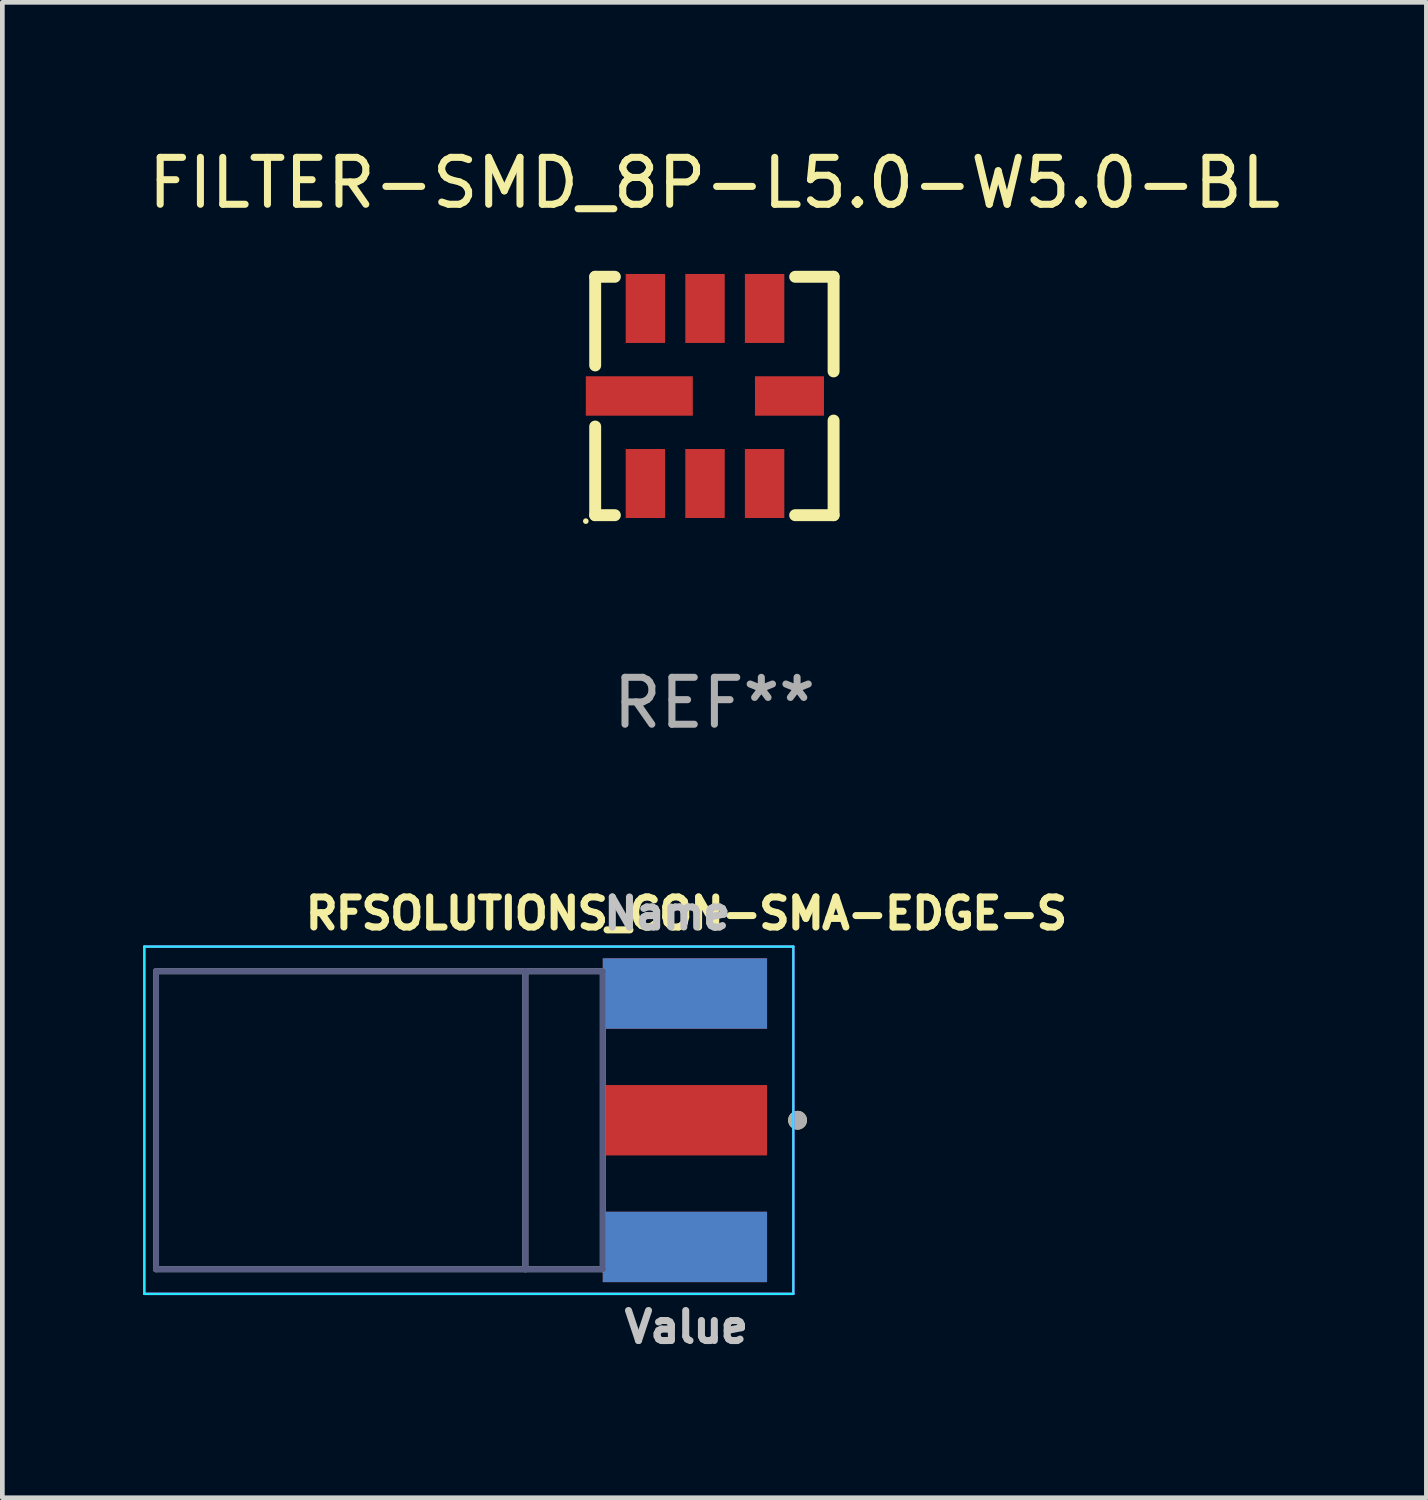
<source format=kicad_pcb>
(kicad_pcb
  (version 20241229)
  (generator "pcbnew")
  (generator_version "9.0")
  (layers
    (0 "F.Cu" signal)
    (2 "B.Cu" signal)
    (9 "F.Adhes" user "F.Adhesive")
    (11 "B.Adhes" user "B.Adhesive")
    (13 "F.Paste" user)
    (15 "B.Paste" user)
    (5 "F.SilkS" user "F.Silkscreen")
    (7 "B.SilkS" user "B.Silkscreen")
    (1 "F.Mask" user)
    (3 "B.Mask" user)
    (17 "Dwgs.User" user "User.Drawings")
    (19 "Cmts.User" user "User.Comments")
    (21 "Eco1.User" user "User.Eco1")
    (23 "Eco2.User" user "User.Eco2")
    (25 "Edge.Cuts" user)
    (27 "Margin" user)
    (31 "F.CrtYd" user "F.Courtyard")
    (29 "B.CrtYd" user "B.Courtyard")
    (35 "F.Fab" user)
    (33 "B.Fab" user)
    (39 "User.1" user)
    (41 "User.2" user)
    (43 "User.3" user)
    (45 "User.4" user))
  (footprint "FILTER-SMD_8P-L5.0-W5.0-BL"
    (layer "F.Cu")
    (at 12.173 5.388)
    (property "Reference" "FILTER-SMD_8P-L5.0-W5.0-BL" (at -0.000025 -4.54 0) (layer "F.SilkS") (effects (font (size 1 1) (thickness 0.15))))
    (attr smd)
    (fp_line (start -2.54 -2.54) (end -2.121 -2.54) (stroke (width 0.254) (type solid)) (layer "F.SilkS"))
    (fp_line (start -2.54 -0.651) (end -2.54 -2.54) (stroke (width 0.254) (type solid)) (layer "F.SilkS"))
    (fp_line (start -2.54 2.54) (end -2.54 0.651) (stroke (width 0.254) (type solid)) (layer "F.SilkS"))
    (fp_line (start -2.121 2.54) (end -2.54 2.54) (stroke (width 0.254) (type solid)) (layer "F.SilkS"))
    (fp_line (start 1.721 -2.54) (end 2.54 -2.54) (stroke (width 0.254) (type solid)) (layer "F.SilkS"))
    (fp_line (start 2.54 -2.54) (end 2.54 -0.524) (stroke (width 0.254) (type solid)) (layer "F.SilkS"))
    (fp_line (start 2.54 0.524) (end 2.54 2.54) (stroke (width 0.254) (type solid)) (layer "F.SilkS"))
    (fp_line (start 2.54 2.54) (end 1.721 2.54) (stroke (width 0.254) (type solid)) (layer "F.SilkS"))
    (fp_circle (center -2.74 2.667) (end -2.71 2.667) (stroke (width 0.06) (type solid)) (fill no) (layer "F.SilkS"))
    (fp_text user "REF**" (at -0.000025 6.54 0) (layer "F.Fab") (effects (font (size 1 1) (thickness 0.15))))
    (pad "1" smd rect (at -1.47 1.865) (size 0.84 1.47) (layers "F.Cu" "F.Mask" "F.Paste"))
    (pad "2" smd rect (at -0.2 1.865) (size 0.84 1.47) (layers "F.Cu" "F.Mask" "F.Paste"))
    (pad "3" smd rect (at 1.07 1.865) (size 0.84 1.47) (layers "F.Cu" "F.Mask" "F.Paste"))
    (pad "4" smd rect (at 1.6 0) (size 1.47 0.84) (layers "F.Cu" "F.Mask" "F.Paste"))
    (pad "5" smd rect (at 1.07 -1.865) (size 0.84 1.47) (layers "F.Cu" "F.Mask" "F.Paste"))
    (pad "6" smd rect (at -0.2 -1.865) (size 0.84 1.47) (layers "F.Cu" "F.Mask" "F.Paste"))
    (pad "7" smd rect (at -1.47 -1.865) (size 0.84 1.47) (layers "F.Cu" "F.Mask" "F.Paste"))
    (pad "8" smd rect (at -1.6 0) (size 2.28 0.84) (layers "F.Cu" "F.Mask" "F.Paste")))
  (footprint "RFSOLUTIONS_CON-SMA-EDGE-S"
    (layer "F.Cu")
    (at 11.545 20.821)
    (property "Reference" "RFSOLUTIONS_CON-SMA-EDGE-S" (at 0.032 -4.406 0) (layer "F.SilkS") (effects (font (size 0.64 0.64) (thickness 0.15))))
    (attr smd)
    (fp_circle (center 2.4 0) (end 2.5 0) (stroke (width 0.2) (type solid)) (fill no) (layer "F.SilkS"))
    (fp_line (start -11.52 -3.7) (end -11.52 3.7) (stroke (width 0.05) (type solid)) (layer "B.CrtYd"))
    (fp_line (start -11.52 3.7) (end 2.31 3.7) (stroke (width 0.05) (type solid)) (layer "B.CrtYd"))
    (fp_line (start 2.31 -3.7) (end -11.52 -3.7) (stroke (width 0.05) (type solid)) (layer "B.CrtYd"))
    (fp_line (start 2.31 3.7) (end 2.31 -3.7) (stroke (width 0.05) (type solid)) (layer "B.CrtYd"))
    (fp_line (start -11.52 -3.7) (end 2.31 -3.7) (stroke (width 0.05) (type solid)) (layer "F.CrtYd"))
    (fp_line (start -11.52 3.7) (end -11.52 -3.7) (stroke (width 0.05) (type solid)) (layer "F.CrtYd"))
    (fp_line (start 2.31 -3.7) (end 2.31 3.7) (stroke (width 0.05) (type solid)) (layer "F.CrtYd"))
    (fp_line (start 2.31 3.7) (end -11.52 3.7) (stroke (width 0.05) (type solid)) (layer "F.CrtYd"))
    (fp_line (start -11.27 -3.175) (end -3.4 -3.175) (stroke (width 0.127) (type solid)) (layer "B.Fab"))
    (fp_line (start -11.27 3.175) (end -11.27 -3.175) (stroke (width 0.127) (type solid)) (layer "B.Fab"))
    (fp_line (start -3.4 -3.175) (end -3.4 3.175) (stroke (width 0.127) (type solid)) (layer "B.Fab"))
    (fp_line (start -3.4 3.175) (end -11.27 3.175) (stroke (width 0.127) (type solid)) (layer "B.Fab"))
    (fp_line (start -3.4 3.175) (end -1.75 3.175) (stroke (width 0.127) (type solid)) (layer "B.Fab"))
    (fp_line (start -1.75 -3.175) (end -3.4 -3.175) (stroke (width 0.127) (type solid)) (layer "B.Fab"))
    (fp_line (start -1.75 3.175) (end -1.75 -3.175) (stroke (width 0.127) (type solid)) (layer "B.Fab"))
    (fp_line (start -11.27 -3.175) (end -11.27 3.175) (stroke (width 0.127) (type solid)) (layer "F.Fab"))
    (fp_line (start -11.27 3.175) (end -3.4 3.175) (stroke (width 0.127) (type solid)) (layer "F.Fab"))
    (fp_line (start -3.4 -3.175) (end -11.27 -3.175) (stroke (width 0.127) (type solid)) (layer "F.Fab"))
    (fp_line (start -3.4 -3.175) (end -1.75 -3.175) (stroke (width 0.127) (type solid)) (layer "F.Fab"))
    (fp_line (start -3.4 3.175) (end -3.4 -3.175) (stroke (width 0.127) (type solid)) (layer "F.Fab"))
    (fp_line (start -1.75 -3.175) (end -1.75 3.175) (stroke (width 0.127) (type solid)) (layer "F.Fab"))
    (fp_line (start -1.75 3.175) (end -3.4 3.175) (stroke (width 0.127) (type solid)) (layer "F.Fab"))
    (fp_circle (center 2.4 0) (end 2.5 0) (stroke (width 0.2) (type solid)) (fill no) (layer "F.Fab"))
    (fp_text user "Value" (at 0.032 4.406 0) (layer "Dwgs.User") (effects (font (size 0.64 0.64) (thickness 0.15))))
    (fp_text user "Name" (at -0.374 -4.406 0) (layer "Dwgs.User") (effects (font (size 0.64 0.64) (thickness 0.15))))
    (pad "1" smd rect (at 0 0) (size 3.5 1.5) (layers "F.Cu" "F.Mask" "F.Paste"))
    (pad "G1" smd rect (at 0 -2.7) (size 3.5 1.5) (layers "F.Cu" "F.Mask" "F.Paste"))
    (pad "G2" smd rect (at 0 2.7) (size 3.5 1.5) (layers "F.Cu" "F.Mask" "F.Paste"))
    (pad "G3" smd rect (at 0 -2.7) (size 3.5 1.5) (layers "B.Cu" "B.Mask" "B.Paste"))
    (pad "G4" smd rect (at 0 2.7) (size 3.5 1.5) (layers "B.Cu" "B.Mask" "B.Paste")))
  (gr_rect
    (start -3 -3)
    (end 27.345 28.865)
    (stroke (width 0.1) (type default))
    (fill no)
    (layer "Edge.Cuts")))
</source>
